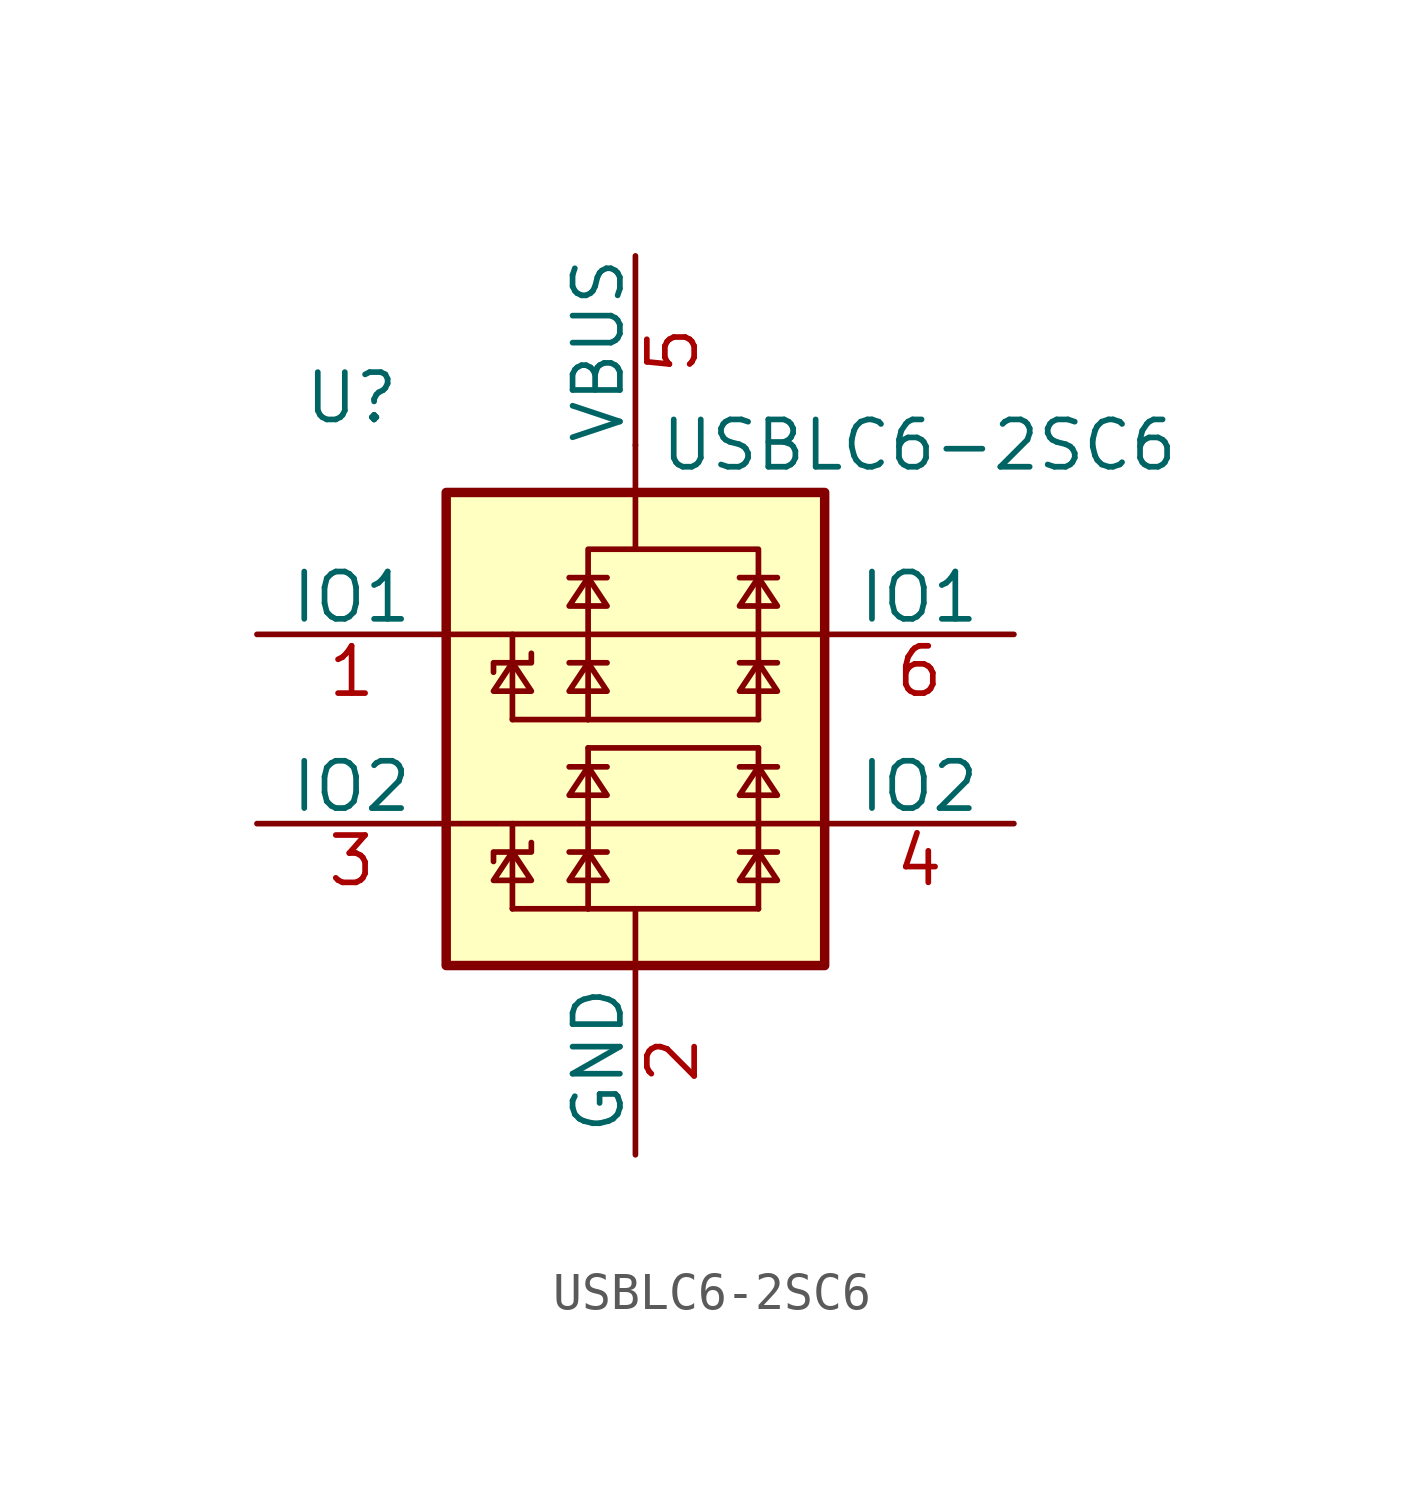
<source format=kicad_sym>
(kicad_symbol_lib
  (version 20210619)
  (generator kicad_symbol_editor)
  (symbol "0xCB:USBLC6-2SC6"
    (pin_names
      (offset 0))
    (property "Reference" "U"
      (at -7.62 8.89 0)
      (effects (font (size 1.27 1.27))))
    (property "Value" "USBLC6-2SC6"
      (at 7.62 7.62 0)
      (effects (font (size 1.27 1.27))))
    (symbol "USBLC6-2SC6_0_1"
      (rectangle (start -5.08 -6.35) (end 5.08 6.35) (stroke (width 0.254)) (fill (type background)))
      (polyline (pts (xy -5.08 -2.54) (xy 5.08 -2.54)) (stroke (width 0)) (fill (type none)))
      (polyline (pts (xy 5.08 2.54) (xy -5.08 2.54)) (stroke (width 0)) (fill (type none))))
    (symbol "USBLC6-2SC6_1_1"
      (polyline (pts (xy 0 4.826) (xy 0 7.62)) (stroke (width 0)) (fill (type none)))
      (polyline (pts (xy -3.302 -4.826) (xy -1.27 -4.826) (xy -1.27 -4.826)) (stroke (width 0)) (fill (type none)))
      (polyline (pts (xy -3.302 -3.302) (xy -3.302 -2.54) (xy -3.302 -2.54)) (stroke (width 0)) (fill (type none)))
      (polyline (pts (xy -3.302 0.254) (xy -3.302 1.778) (xy -3.302 1.016)) (stroke (width 0)) (fill (type none)))
      (polyline (pts (xy -3.302 0.254) (xy -1.27 0.254) (xy -1.27 0.254)) (stroke (width 0)) (fill (type none)))
      (polyline (pts (xy -3.302 1.778) (xy -3.302 2.54) (xy -3.302 2.54)) (stroke (width 0)) (fill (type none)))
      (polyline (pts (xy -1.778 -3.302) (xy -1.27 -3.302) (xy -0.762 -3.302)) (stroke (width 0)) (fill (type none)))
      (polyline (pts (xy -1.778 -1.016) (xy -1.27 -1.016) (xy -0.762 -1.016)) (stroke (width 0)) (fill (type none)))
      (polyline (pts (xy -1.778 1.778) (xy -1.27 1.778) (xy -0.762 1.778)) (stroke (width 0)) (fill (type none)))
      (polyline (pts (xy -1.778 4.064) (xy -1.27 4.064) (xy -0.762 4.064)) (stroke (width 0)) (fill (type none)))
      (polyline (pts (xy -1.27 -4.826) (xy -1.27 -3.302) (xy -1.27 -4.064)) (stroke (width 0)) (fill (type none)))
      (polyline (pts (xy -1.27 -4.826) (xy 3.302 -4.826) (xy 3.302 -4.826)) (stroke (width 0)) (fill (type none)))
      (polyline (pts (xy -1.27 -1.016) (xy -1.27 -0.508) (xy -1.27 -0.508)) (stroke (width 0)) (fill (type none)))
      (polyline (pts (xy -1.27 -0.508) (xy 3.302 -0.508) (xy 3.302 -0.508)) (stroke (width 0)) (fill (type none)))
      (polyline (pts (xy -1.27 0.254) (xy -1.27 1.778) (xy -1.27 1.016)) (stroke (width 0)) (fill (type none)))
      (polyline (pts (xy -1.27 0.254) (xy 3.302 0.254) (xy 3.302 0.254)) (stroke (width 0)) (fill (type none)))
      (polyline (pts (xy 0 -6.35) (xy 0 -4.826) (xy 0 -4.826)) (stroke (width 0)) (fill (type none)))
      (polyline (pts (xy 2.794 -3.302) (xy 3.302 -3.302) (xy 3.81 -3.302)) (stroke (width 0)) (fill (type none)))
      (polyline (pts (xy 2.794 -1.016) (xy 3.302 -1.016) (xy 3.81 -1.016)) (stroke (width 0)) (fill (type none)))
      (polyline (pts (xy 2.794 1.778) (xy 3.302 1.778) (xy 3.81 1.778)) (stroke (width 0)) (fill (type none)))
      (polyline (pts (xy 2.794 4.064) (xy 3.302 4.064) (xy 3.81 4.064)) (stroke (width 0)) (fill (type none)))
      (polyline (pts (xy 3.302 -1.016) (xy 3.302 -0.508) (xy 3.302 -0.508)) (stroke (width 0)) (fill (type none)))
      (polyline (pts (xy -3.302 -4.826) (xy -3.302 -3.302) (xy -3.302 -4.064) (xy -3.302 -4.064)) (stroke (width 0)) (fill (type none)))
      (polyline (pts (xy 3.302 -4.826) (xy 3.302 -3.302) (xy 3.302 -4.064) (xy 3.302 -4.064)) (stroke (width 0)) (fill (type none)))
      (polyline (pts (xy 3.302 0.254) (xy 3.302 1.778) (xy 3.302 1.016) (xy 3.302 1.016)) (stroke (width 0)) (fill (type none)))
      (polyline (pts (xy -3.302 -3.302) (xy -3.81 -4.064) (xy -2.794 -4.064) (xy -3.302 -3.302) (xy -3.302 -3.302)) (stroke (width 0)) (fill (type none)))
      (polyline (pts (xy -3.302 1.778) (xy -3.81 1.016) (xy -2.794 1.016) (xy -3.302 1.778) (xy -3.302 1.778)) (stroke (width 0)) (fill (type none)))
      (polyline (pts (xy -2.794 -3.048) (xy -2.794 -3.302) (xy -3.81 -3.302) (xy -3.81 -3.556) (xy -3.81 -3.556)) (stroke (width 0)) (fill (type none)))
      (polyline (pts (xy -2.794 2.032) (xy -2.794 1.778) (xy -3.81 1.778) (xy -3.81 1.524) (xy -3.81 1.524)) (stroke (width 0)) (fill (type none)))
      (polyline (pts (xy -1.27 -3.302) (xy -1.778 -4.064) (xy -0.762 -4.064) (xy -1.27 -3.302) (xy -1.27 -3.302)) (stroke (width 0)) (fill (type none)))
      (polyline (pts (xy -1.27 -3.302) (xy -1.27 -1.016) (xy -1.27 -1.778) (xy -1.27 -1.778) (xy -1.27 -1.778)) (stroke (width 0)) (fill (type none)))
      (polyline (pts (xy -1.27 -1.016) (xy -1.778 -1.778) (xy -0.762 -1.778) (xy -1.27 -1.016) (xy -1.27 -1.016)) (stroke (width 0)) (fill (type none)))
      (polyline (pts (xy -1.27 1.778) (xy -1.778 1.016) (xy -0.762 1.016) (xy -1.27 1.778) (xy -1.27 1.778)) (stroke (width 0)) (fill (type none)))
      (polyline (pts (xy -1.27 1.778) (xy -1.27 4.064) (xy -1.27 3.302) (xy -1.27 3.302) (xy -1.27 3.302)) (stroke (width 0)) (fill (type none)))
      (polyline (pts (xy -1.27 4.064) (xy -1.778 3.302) (xy -0.762 3.302) (xy -1.27 4.064) (xy -1.27 4.064)) (stroke (width 0)) (fill (type none)))
      (polyline (pts (xy -1.27 4.064) (xy -1.27 4.826) (xy 3.302 4.826) (xy 3.302 4.064) (xy 3.302 4.064)) (stroke (width 0)) (fill (type none)))
      (polyline (pts (xy 3.302 -3.302) (xy 2.794 -4.064) (xy 3.81 -4.064) (xy 3.302 -3.302) (xy 3.302 -3.302)) (stroke (width 0)) (fill (type none)))
      (polyline (pts (xy 3.302 -3.302) (xy 3.302 -1.016) (xy 3.302 -1.778) (xy 3.302 -1.778) (xy 3.302 -1.778)) (stroke (width 0)) (fill (type none)))
      (polyline (pts (xy 3.302 -1.016) (xy 2.794 -1.778) (xy 3.81 -1.778) (xy 3.302 -1.016) (xy 3.302 -1.016)) (stroke (width 0)) (fill (type none)))
      (polyline (pts (xy 3.302 1.778) (xy 2.794 1.016) (xy 3.81 1.016) (xy 3.302 1.778) (xy 3.302 1.778)) (stroke (width 0)) (fill (type none)))
      (polyline (pts (xy 3.302 1.778) (xy 3.302 4.064) (xy 3.302 3.302) (xy 3.302 3.302) (xy 3.302 3.302)) (stroke (width 0)) (fill (type none)))
      (polyline (pts (xy 3.302 4.064) (xy 2.794 3.302) (xy 3.81 3.302) (xy 3.302 4.064) (xy 3.302 4.064)) (stroke (width 0)) (fill (type none)))
      (pin passive line (at -10.16 2.54 0) (length 5.08) (name "IO1" (effects (font (size 1.27 1.27)))) (number "1" (effects (font (size 1.27 1.27)))))
      (pin passive line (at 0 -11.43 90) (length 5.08) (name "GND" (effects (font (size 1.27 1.27)))) (number "2" (effects (font (size 1.27 1.27)))))
      (pin passive line (at -10.16 -2.54 0) (length 5.08) (name "IO2" (effects (font (size 1.27 1.27)))) (number "3" (effects (font (size 1.27 1.27)))))
      (pin passive line (at 10.16 -2.54 180) (length 5.08) (name "IO2" (effects (font (size 1.27 1.27)))) (number "4" (effects (font (size 1.27 1.27)))))
      (pin passive line (at 0 12.7 270) (length 5.08) (name "VBUS" (effects (font (size 1.27 1.27)))) (number "5" (effects (font (size 1.27 1.27)))))
      (pin passive line (at 10.16 2.54 180) (length 5.08) (name "IO1" (effects (font (size 1.27 1.27)))) (number "6" (effects (font (size 1.27 1.27))))))))
</source>
